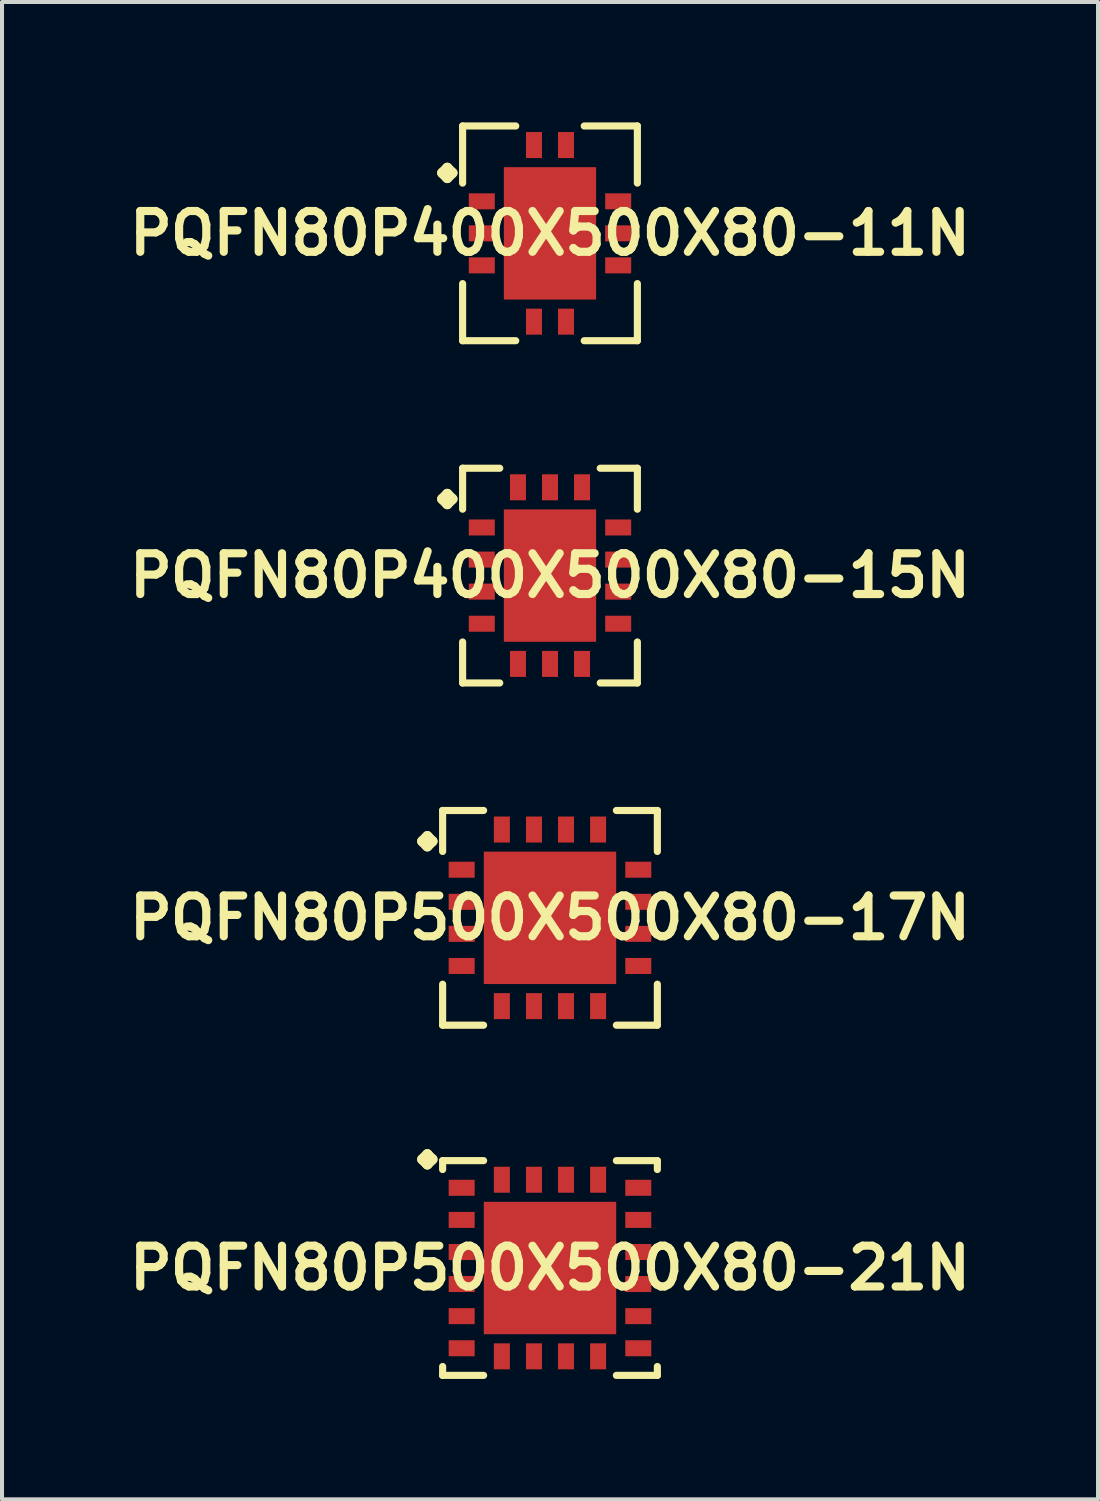
<source format=kicad_pcb>
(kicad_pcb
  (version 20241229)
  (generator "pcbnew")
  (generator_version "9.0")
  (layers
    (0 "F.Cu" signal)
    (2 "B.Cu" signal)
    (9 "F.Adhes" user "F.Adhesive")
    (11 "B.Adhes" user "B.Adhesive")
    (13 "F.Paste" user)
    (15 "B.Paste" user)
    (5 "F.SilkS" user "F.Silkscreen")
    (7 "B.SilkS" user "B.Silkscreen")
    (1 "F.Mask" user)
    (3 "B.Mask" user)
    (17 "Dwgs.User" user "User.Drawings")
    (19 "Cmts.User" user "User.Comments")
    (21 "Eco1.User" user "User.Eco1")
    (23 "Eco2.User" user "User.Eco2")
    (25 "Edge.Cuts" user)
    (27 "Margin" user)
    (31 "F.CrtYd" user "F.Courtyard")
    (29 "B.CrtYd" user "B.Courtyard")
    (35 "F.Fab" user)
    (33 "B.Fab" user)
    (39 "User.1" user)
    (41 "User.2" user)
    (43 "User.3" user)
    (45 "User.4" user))
  (footprint "PQFN80P400X500X80-15N"
    (layer "F.Cu")
    (at 10.653 11.291)
    (property "Reference" "PQFN80P400X500X80-15N" (at 0 0 0) (layer "F.SilkS") (effects (font (size 1.016 1.016) (thickness 0.203))))
    (attr smd)
    (fp_line (start -2.685 -1.908) (end -2.558 -2.035) (stroke (width 0.254) (type solid)) (layer "F.SilkS"))
    (fp_line (start -2.558 -2.035) (end -2.431 -1.908) (stroke (width 0.254) (type solid)) (layer "F.SilkS"))
    (fp_line (start -2.558 -1.781) (end -2.685 -1.908) (stroke (width 0.254) (type solid)) (layer "F.SilkS"))
    (fp_line (start -2.431 -1.908) (end -2.558 -1.781) (stroke (width 0.254) (type solid)) (layer "F.SilkS"))
    (fp_line (start -2.177 -2.675) (end -1.252 -2.675) (stroke (width 0.178) (type solid)) (layer "F.SilkS"))
    (fp_line (start -2.177 -1.654) (end -2.177 -2.675) (stroke (width 0.178) (type solid)) (layer "F.SilkS"))
    (fp_line (start -2.177 1.654) (end -2.177 2.675) (stroke (width 0.178) (type solid)) (layer "F.SilkS"))
    (fp_line (start -2.177 2.675) (end -1.252 2.675) (stroke (width 0.178) (type solid)) (layer "F.SilkS"))
    (fp_line (start 1.252 -2.675) (end 2.177 -2.675) (stroke (width 0.178) (type solid)) (layer "F.SilkS"))
    (fp_line (start 1.252 2.675) (end 2.177 2.675) (stroke (width 0.178) (type solid)) (layer "F.SilkS"))
    (fp_line (start 2.177 -2.675) (end 2.177 -1.654) (stroke (width 0.178) (type solid)) (layer "F.SilkS"))
    (fp_line (start 2.177 2.675) (end 2.177 1.654) (stroke (width 0.178) (type solid)) (layer "F.SilkS"))
    (pad "1" smd rect (at -1.699 -1.199) (size 0.648 0.399) (layers "F.Cu" "F.Mask" "F.Paste"))
    (pad "2" smd rect (at -1.699 -0.399) (size 0.648 0.399) (layers "F.Cu" "F.Mask" "F.Paste"))
    (pad "3" smd rect (at -1.699 0.399) (size 0.648 0.399) (layers "F.Cu" "F.Mask" "F.Paste"))
    (pad "4" smd rect (at -1.699 1.199) (size 0.648 0.399) (layers "F.Cu" "F.Mask" "F.Paste"))
    (pad "5" smd rect (at -0.798 2.2) (size 0.399 0.648) (layers "F.Cu" "F.Mask" "F.Paste"))
    (pad "6" smd rect (at 0 2.2) (size 0.399 0.648) (layers "F.Cu" "F.Mask" "F.Paste"))
    (pad "7" smd rect (at 0.798 2.2) (size 0.399 0.648) (layers "F.Cu" "F.Mask" "F.Paste"))
    (pad "8" smd rect (at 1.699 1.199) (size 0.648 0.399) (layers "F.Cu" "F.Mask" "F.Paste"))
    (pad "9" smd rect (at 1.699 0.399) (size 0.648 0.399) (layers "F.Cu" "F.Mask" "F.Paste"))
    (pad "10" smd rect (at 1.699 -0.399) (size 0.648 0.399) (layers "F.Cu" "F.Mask" "F.Paste"))
    (pad "11" smd rect (at 1.699 -1.199) (size 0.648 0.399) (layers "F.Cu" "F.Mask" "F.Paste"))
    (pad "12" smd rect (at 0.798 -2.2) (size 0.399 0.648) (layers "F.Cu" "F.Mask" "F.Paste"))
    (pad "13" smd rect (at 0 -2.2) (size 0.399 0.648) (layers "F.Cu" "F.Mask" "F.Paste"))
    (pad "14" smd rect (at -0.798 -2.2) (size 0.399 0.648) (layers "F.Cu" "F.Mask" "F.Paste"))
    (pad "15" smd rect (at 0 0) (size 2.299 3.299) (layers "F.Cu" "F.Mask" "F.Paste")))
  (footprint "PQFN80P400X500X80-11N"
    (layer "F.Cu")
    (at 10.653 2.764)
    (property "Reference" "PQFN80P400X500X80-11N" (at 0 0 0) (layer "F.SilkS") (effects (font (size 1.016 1.016) (thickness 0.203))))
    (attr smd)
    (fp_line (start -2.685 -1.506) (end -2.558 -1.633) (stroke (width 0.254) (type solid)) (layer "F.SilkS"))
    (fp_line (start -2.558 -1.633) (end -2.431 -1.506) (stroke (width 0.254) (type solid)) (layer "F.SilkS"))
    (fp_line (start -2.558 -1.379) (end -2.685 -1.506) (stroke (width 0.254) (type solid)) (layer "F.SilkS"))
    (fp_line (start -2.431 -1.506) (end -2.558 -1.379) (stroke (width 0.254) (type solid)) (layer "F.SilkS"))
    (fp_line (start -2.177 -2.675) (end -0.853 -2.675) (stroke (width 0.178) (type solid)) (layer "F.SilkS"))
    (fp_line (start -2.177 -1.252) (end -2.177 -2.675) (stroke (width 0.178) (type solid)) (layer "F.SilkS"))
    (fp_line (start -2.177 1.252) (end -2.177 2.675) (stroke (width 0.178) (type solid)) (layer "F.SilkS"))
    (fp_line (start -2.177 2.675) (end -0.853 2.675) (stroke (width 0.178) (type solid)) (layer "F.SilkS"))
    (fp_line (start 0.853 -2.675) (end 2.177 -2.675) (stroke (width 0.178) (type solid)) (layer "F.SilkS"))
    (fp_line (start 0.853 2.675) (end 2.177 2.675) (stroke (width 0.178) (type solid)) (layer "F.SilkS"))
    (fp_line (start 2.177 -2.675) (end 2.177 -1.252) (stroke (width 0.178) (type solid)) (layer "F.SilkS"))
    (fp_line (start 2.177 2.675) (end 2.177 1.252) (stroke (width 0.178) (type solid)) (layer "F.SilkS"))
    (pad "1" smd rect (at -1.699 -0.798) (size 0.648 0.399) (layers "F.Cu" "F.Mask" "F.Paste"))
    (pad "2" smd rect (at -1.699 0) (size 0.648 0.399) (layers "F.Cu" "F.Mask" "F.Paste"))
    (pad "3" smd rect (at -1.699 0.798) (size 0.648 0.399) (layers "F.Cu" "F.Mask" "F.Paste"))
    (pad "4" smd rect (at -0.399 2.2) (size 0.399 0.648) (layers "F.Cu" "F.Mask" "F.Paste"))
    (pad "5" smd rect (at 0.399 2.2) (size 0.399 0.648) (layers "F.Cu" "F.Mask" "F.Paste"))
    (pad "6" smd rect (at 1.699 0.798) (size 0.648 0.399) (layers "F.Cu" "F.Mask" "F.Paste"))
    (pad "7" smd rect (at 1.699 0) (size 0.648 0.399) (layers "F.Cu" "F.Mask" "F.Paste"))
    (pad "8" smd rect (at 1.699 -0.798) (size 0.648 0.399) (layers "F.Cu" "F.Mask" "F.Paste"))
    (pad "9" smd rect (at 0.399 -2.2) (size 0.399 0.648) (layers "F.Cu" "F.Mask" "F.Paste"))
    (pad "10" smd rect (at -0.399 -2.2) (size 0.399 0.648) (layers "F.Cu" "F.Mask" "F.Paste"))
    (pad "11" smd rect (at 0 0) (size 2.299 3.299) (layers "F.Cu" "F.Mask" "F.Paste")))
  (footprint "PQFN80P500X500X80-17N"
    (layer "F.Cu")
    (at 10.653 19.818)
    (property "Reference" "PQFN80P500X500X80-17N" (at 0 0 0) (layer "F.SilkS") (effects (font (size 1.016 1.016) (thickness 0.203))))
    (attr smd)
    (fp_line (start -3.183 -1.908) (end -3.056 -2.035) (stroke (width 0.254) (type solid)) (layer "F.SilkS"))
    (fp_line (start -3.056 -2.035) (end -2.929 -1.908) (stroke (width 0.254) (type solid)) (layer "F.SilkS"))
    (fp_line (start -3.056 -1.781) (end -3.183 -1.908) (stroke (width 0.254) (type solid)) (layer "F.SilkS"))
    (fp_line (start -2.929 -1.908) (end -3.056 -1.781) (stroke (width 0.254) (type solid)) (layer "F.SilkS"))
    (fp_line (start -2.675 -2.675) (end -1.654 -2.675) (stroke (width 0.178) (type solid)) (layer "F.SilkS"))
    (fp_line (start -2.675 -1.654) (end -2.675 -2.675) (stroke (width 0.178) (type solid)) (layer "F.SilkS"))
    (fp_line (start -2.675 1.654) (end -2.675 2.675) (stroke (width 0.178) (type solid)) (layer "F.SilkS"))
    (fp_line (start -2.675 2.675) (end -1.654 2.675) (stroke (width 0.178) (type solid)) (layer "F.SilkS"))
    (fp_line (start 1.654 -2.675) (end 2.675 -2.675) (stroke (width 0.178) (type solid)) (layer "F.SilkS"))
    (fp_line (start 1.654 2.675) (end 2.675 2.675) (stroke (width 0.178) (type solid)) (layer "F.SilkS"))
    (fp_line (start 2.675 -2.675) (end 2.675 -1.654) (stroke (width 0.178) (type solid)) (layer "F.SilkS"))
    (fp_line (start 2.675 2.675) (end 2.675 1.654) (stroke (width 0.178) (type solid)) (layer "F.SilkS"))
    (pad "1" smd rect (at -2.2 -1.199) (size 0.648 0.399) (layers "F.Cu" "F.Mask" "F.Paste"))
    (pad "2" smd rect (at -2.2 -0.399) (size 0.648 0.399) (layers "F.Cu" "F.Mask" "F.Paste"))
    (pad "3" smd rect (at -2.2 0.399) (size 0.648 0.399) (layers "F.Cu" "F.Mask" "F.Paste"))
    (pad "4" smd rect (at -2.2 1.199) (size 0.648 0.399) (layers "F.Cu" "F.Mask" "F.Paste"))
    (pad "5" smd rect (at -1.199 2.2) (size 0.399 0.648) (layers "F.Cu" "F.Mask" "F.Paste"))
    (pad "6" smd rect (at -0.399 2.2) (size 0.399 0.648) (layers "F.Cu" "F.Mask" "F.Paste"))
    (pad "7" smd rect (at 0.399 2.2) (size 0.399 0.648) (layers "F.Cu" "F.Mask" "F.Paste"))
    (pad "8" smd rect (at 1.199 2.2) (size 0.399 0.648) (layers "F.Cu" "F.Mask" "F.Paste"))
    (pad "9" smd rect (at 2.2 1.199) (size 0.648 0.399) (layers "F.Cu" "F.Mask" "F.Paste"))
    (pad "10" smd rect (at 2.2 0.399) (size 0.648 0.399) (layers "F.Cu" "F.Mask" "F.Paste"))
    (pad "11" smd rect (at 2.2 -0.399) (size 0.648 0.399) (layers "F.Cu" "F.Mask" "F.Paste"))
    (pad "12" smd rect (at 2.2 -1.199) (size 0.648 0.399) (layers "F.Cu" "F.Mask" "F.Paste"))
    (pad "13" smd rect (at 1.199 -2.2) (size 0.399 0.648) (layers "F.Cu" "F.Mask" "F.Paste"))
    (pad "14" smd rect (at 0.399 -2.2) (size 0.399 0.648) (layers "F.Cu" "F.Mask" "F.Paste"))
    (pad "15" smd rect (at -0.399 -2.2) (size 0.399 0.648) (layers "F.Cu" "F.Mask" "F.Paste"))
    (pad "16" smd rect (at -1.199 -2.2) (size 0.399 0.648) (layers "F.Cu" "F.Mask" "F.Paste"))
    (pad "17" smd rect (at 0 0) (size 3.299 3.299) (layers "F.Cu" "F.Mask" "F.Paste")))
  (footprint "PQFN80P500X500X80-21N"
    (layer "F.Cu")
    (at 10.653 28.543)
    (property "Reference" "PQFN80P500X500X80-21N" (at 0 0 0) (layer "F.SilkS") (effects (font (size 1.016 1.016) (thickness 0.203))))
    (attr smd)
    (fp_line (start -3.183 -2.708) (end -3.056 -2.835) (stroke (width 0.254) (type solid)) (layer "F.SilkS"))
    (fp_line (start -3.056 -2.835) (end -2.929 -2.708) (stroke (width 0.254) (type solid)) (layer "F.SilkS"))
    (fp_line (start -3.056 -2.581) (end -3.183 -2.708) (stroke (width 0.254) (type solid)) (layer "F.SilkS"))
    (fp_line (start -2.929 -2.708) (end -3.056 -2.581) (stroke (width 0.254) (type solid)) (layer "F.SilkS"))
    (fp_line (start -2.675 -2.675) (end -1.654 -2.675) (stroke (width 0.178) (type solid)) (layer "F.SilkS"))
    (fp_line (start -2.675 -2.454) (end -2.675 -2.675) (stroke (width 0.178) (type solid)) (layer "F.SilkS"))
    (fp_line (start -2.675 2.454) (end -2.675 2.675) (stroke (width 0.178) (type solid)) (layer "F.SilkS"))
    (fp_line (start -2.675 2.675) (end -1.654 2.675) (stroke (width 0.178) (type solid)) (layer "F.SilkS"))
    (fp_line (start 1.654 -2.675) (end 2.675 -2.675) (stroke (width 0.178) (type solid)) (layer "F.SilkS"))
    (fp_line (start 1.654 2.675) (end 2.675 2.675) (stroke (width 0.178) (type solid)) (layer "F.SilkS"))
    (fp_line (start 2.675 -2.675) (end 2.675 -2.454) (stroke (width 0.178) (type solid)) (layer "F.SilkS"))
    (fp_line (start 2.675 2.675) (end 2.675 2.454) (stroke (width 0.178) (type solid)) (layer "F.SilkS"))
    (pad "1" smd rect (at -2.2 -1.999) (size 0.648 0.399) (layers "F.Cu" "F.Mask" "F.Paste"))
    (pad "2" smd rect (at -2.2 -1.199) (size 0.648 0.399) (layers "F.Cu" "F.Mask" "F.Paste"))
    (pad "3" smd rect (at -2.2 -0.399) (size 0.648 0.399) (layers "F.Cu" "F.Mask" "F.Paste"))
    (pad "4" smd rect (at -2.2 0.399) (size 0.648 0.399) (layers "F.Cu" "F.Mask" "F.Paste"))
    (pad "5" smd rect (at -2.2 1.199) (size 0.648 0.399) (layers "F.Cu" "F.Mask" "F.Paste"))
    (pad "6" smd rect (at -2.2 1.999) (size 0.648 0.399) (layers "F.Cu" "F.Mask" "F.Paste"))
    (pad "7" smd rect (at -1.199 2.2) (size 0.399 0.648) (layers "F.Cu" "F.Mask" "F.Paste"))
    (pad "8" smd rect (at -0.399 2.2) (size 0.399 0.648) (layers "F.Cu" "F.Mask" "F.Paste"))
    (pad "9" smd rect (at 0.399 2.2) (size 0.399 0.648) (layers "F.Cu" "F.Mask" "F.Paste"))
    (pad "10" smd rect (at 1.199 2.2) (size 0.399 0.648) (layers "F.Cu" "F.Mask" "F.Paste"))
    (pad "11" smd rect (at 2.2 1.999) (size 0.648 0.399) (layers "F.Cu" "F.Mask" "F.Paste"))
    (pad "12" smd rect (at 2.2 1.199) (size 0.648 0.399) (layers "F.Cu" "F.Mask" "F.Paste"))
    (pad "13" smd rect (at 2.2 0.399) (size 0.648 0.399) (layers "F.Cu" "F.Mask" "F.Paste"))
    (pad "14" smd rect (at 2.2 -0.399) (size 0.648 0.399) (layers "F.Cu" "F.Mask" "F.Paste"))
    (pad "15" smd rect (at 2.2 -1.199) (size 0.648 0.399) (layers "F.Cu" "F.Mask" "F.Paste"))
    (pad "16" smd rect (at 2.2 -1.999) (size 0.648 0.399) (layers "F.Cu" "F.Mask" "F.Paste"))
    (pad "17" smd rect (at 1.199 -2.2) (size 0.399 0.648) (layers "F.Cu" "F.Mask" "F.Paste"))
    (pad "18" smd rect (at 0.399 -2.2) (size 0.399 0.648) (layers "F.Cu" "F.Mask" "F.Paste"))
    (pad "19" smd rect (at -0.399 -2.2) (size 0.399 0.648) (layers "F.Cu" "F.Mask" "F.Paste"))
    (pad "20" smd rect (at -1.199 -2.2) (size 0.399 0.648) (layers "F.Cu" "F.Mask" "F.Paste"))
    (pad "21" smd rect (at 0 0) (size 3.299 3.299) (layers "F.Cu" "F.Mask" "F.Paste")))
  (gr_rect
    (start -3 -3)
    (end 24.307 34.306)
    (stroke (width 0.1) (type default))
    (fill no)
    (layer "Edge.Cuts")))
</source>
